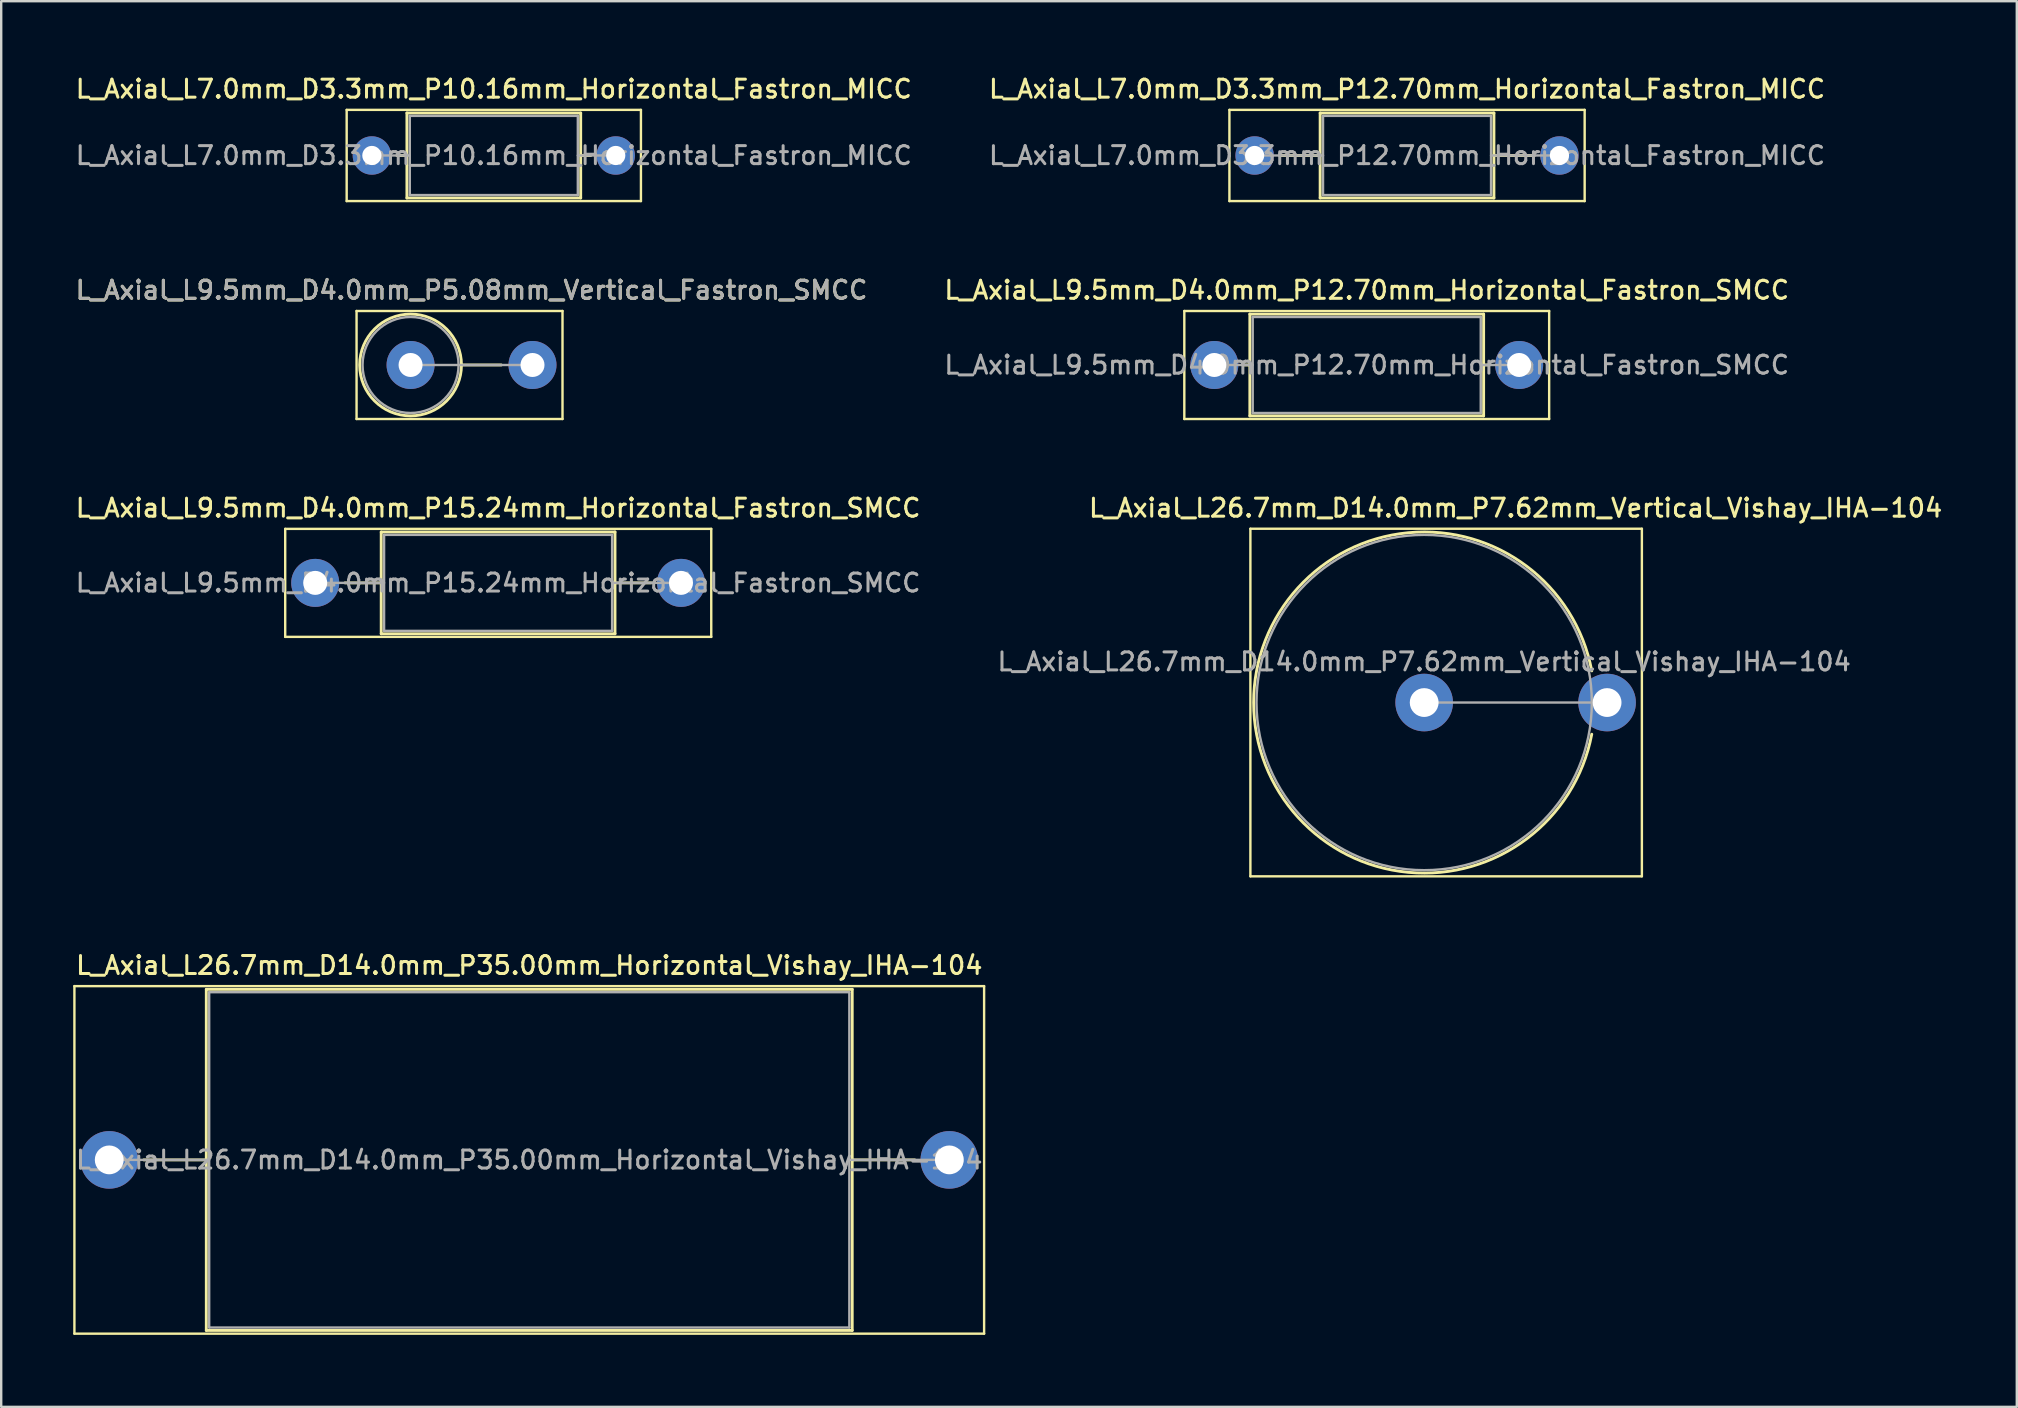
<source format=kicad_pcb>
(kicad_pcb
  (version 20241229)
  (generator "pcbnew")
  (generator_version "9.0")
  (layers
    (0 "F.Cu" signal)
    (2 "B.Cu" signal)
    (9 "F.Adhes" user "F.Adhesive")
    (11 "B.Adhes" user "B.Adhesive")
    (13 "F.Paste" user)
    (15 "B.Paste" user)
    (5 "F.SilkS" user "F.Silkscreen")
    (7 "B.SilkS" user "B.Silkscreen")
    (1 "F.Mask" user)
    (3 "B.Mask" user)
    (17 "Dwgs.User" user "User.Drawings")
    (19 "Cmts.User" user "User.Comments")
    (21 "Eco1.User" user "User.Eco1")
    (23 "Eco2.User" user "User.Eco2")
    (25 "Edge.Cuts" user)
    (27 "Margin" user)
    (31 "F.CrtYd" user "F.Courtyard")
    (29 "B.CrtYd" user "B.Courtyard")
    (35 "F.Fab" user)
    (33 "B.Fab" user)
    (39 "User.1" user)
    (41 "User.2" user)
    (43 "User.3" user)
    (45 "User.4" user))
  (footprint "L_Axial_L26.7mm_D14.0mm_P7.62mm_Vertical_Vishay_IHA-104"
    (layer "F.Cu")
    (at 56.284 26.219)
    (property "Reference" "L_Axial_L26.7mm_D14.0mm_P7.62mm_Vertical_Vishay_IHA-104" (at 3.81 -8.105 0) (layer "F.SilkS") (effects (font (size 0.75 0.75) (thickness 0.125))))
    (attr through_hole)
    (fp_line (start -7.24 -7.24) (end -7.24 7.24) (stroke (width 0.1) (type solid)) (layer "F.SilkS"))
    (fp_line (start -7.24 7.24) (end 9.07 7.24) (stroke (width 0.1) (type solid)) (layer "F.SilkS"))
    (fp_line (start 9.07 -7.24) (end -7.24 -7.24) (stroke (width 0.1) (type solid)) (layer "F.SilkS"))
    (fp_line (start 9.07 7.24) (end 9.07 -7.24) (stroke (width 0.1) (type solid)) (layer "F.SilkS"))
    (fp_arc (start 6.981305 1.32) (mid -7.105 0) (end 6.981305 -1.32) (stroke (width 0.12) (type solid)) (layer "F.SilkS"))
    (fp_line (start 0 0) (end 7.62 0) (stroke (width 0.1) (type solid)) (layer "F.Fab"))
    (fp_circle (center 0 0) (end 6.985 0) (stroke (width 0.1) (type solid)) (fill no) (layer "F.Fab"))
    (fp_text user "${REFERENCE}" (at 0 -1.7 0) (layer "F.Fab") (effects (font (size 0.75 0.75) (thickness 0.125))))
    (pad "1" thru_hole circle (at 0 0) (size 2.4 2.4) (drill 1.2) (layers "*.Cu" "*.Mask"))
    (pad "2" thru_hole oval (at 7.62 0) (size 2.4 2.4) (drill 1.2) (layers "*.Cu" "*.Mask")))
  (footprint "L_Axial_L7.0mm_D3.3mm_P10.16mm_Horizontal_Fastron_MICC"
    (layer "F.Cu")
    (at 12.443 3.428)
    (property "Reference" "L_Axial_L7.0mm_D3.3mm_P10.16mm_Horizontal_Fastron_MICC" (at 5.08 -2.77 0) (layer "F.SilkS") (effects (font (size 0.75 0.75) (thickness 0.125))))
    (attr through_hole)
    (fp_line (start -1.05 -1.9) (end -1.05 1.9) (stroke (width 0.1) (type solid)) (layer "F.SilkS"))
    (fp_line (start -1.05 1.9) (end 11.21 1.9) (stroke (width 0.1) (type solid)) (layer "F.SilkS"))
    (fp_line (start 1.04 0) (end 1.46 0) (stroke (width 0.12) (type solid)) (layer "F.SilkS"))
    (fp_line (start 1.46 -1.77) (end 1.46 1.77) (stroke (width 0.12) (type solid)) (layer "F.SilkS"))
    (fp_line (start 1.46 1.77) (end 8.7 1.77) (stroke (width 0.12) (type solid)) (layer "F.SilkS"))
    (fp_line (start 8.7 -1.77) (end 1.46 -1.77) (stroke (width 0.12) (type solid)) (layer "F.SilkS"))
    (fp_line (start 8.7 1.77) (end 8.7 -1.77) (stroke (width 0.12) (type solid)) (layer "F.SilkS"))
    (fp_line (start 9.12 0) (end 8.7 0) (stroke (width 0.12) (type solid)) (layer "F.SilkS"))
    (fp_line (start 11.21 -1.9) (end -1.05 -1.9) (stroke (width 0.1) (type solid)) (layer "F.SilkS"))
    (fp_line (start 11.21 1.9) (end 11.21 -1.9) (stroke (width 0.1) (type solid)) (layer "F.SilkS"))
    (fp_line (start 0 0) (end 1.58 0) (stroke (width 0.1) (type solid)) (layer "F.Fab"))
    (fp_line (start 1.58 -1.65) (end 1.58 1.65) (stroke (width 0.1) (type solid)) (layer "F.Fab"))
    (fp_line (start 1.58 1.65) (end 8.58 1.65) (stroke (width 0.1) (type solid)) (layer "F.Fab"))
    (fp_line (start 8.58 -1.65) (end 1.58 -1.65) (stroke (width 0.1) (type solid)) (layer "F.Fab"))
    (fp_line (start 8.58 1.65) (end 8.58 -1.65) (stroke (width 0.1) (type solid)) (layer "F.Fab"))
    (fp_line (start 10.16 0) (end 8.58 0) (stroke (width 0.1) (type solid)) (layer "F.Fab"))
    (fp_text user "${REFERENCE}" (at 5.08 0 0) (layer "F.Fab") (effects (font (size 0.75 0.75) (thickness 0.125))))
    (pad "1" thru_hole circle (at 0 0) (size 1.6 1.6) (drill 0.8) (layers "*.Cu" "*.Mask"))
    (pad "2" thru_hole oval (at 10.16 0) (size 1.6 1.6) (drill 0.8) (layers "*.Cu" "*.Mask")))
  (footprint "L_Axial_L9.5mm_D4.0mm_P12.70mm_Horizontal_Fastron_SMCC"
    (layer "F.Cu")
    (at 47.541 12.156)
    (property "Reference" "L_Axial_L9.5mm_D4.0mm_P12.70mm_Horizontal_Fastron_SMCC" (at 6.35 -3.12 0) (layer "F.SilkS") (effects (font (size 0.75 0.75) (thickness 0.125))))
    (attr through_hole)
    (fp_line (start -1.25 -2.25) (end -1.25 2.25) (stroke (width 0.1) (type solid)) (layer "F.SilkS"))
    (fp_line (start -1.25 2.25) (end 13.95 2.25) (stroke (width 0.1) (type solid)) (layer "F.SilkS"))
    (fp_line (start 1.24 0) (end 1.48 0) (stroke (width 0.12) (type solid)) (layer "F.SilkS"))
    (fp_line (start 1.48 -2.12) (end 1.48 2.12) (stroke (width 0.12) (type solid)) (layer "F.SilkS"))
    (fp_line (start 1.48 2.12) (end 11.22 2.12) (stroke (width 0.12) (type solid)) (layer "F.SilkS"))
    (fp_line (start 11.22 -2.12) (end 1.48 -2.12) (stroke (width 0.12) (type solid)) (layer "F.SilkS"))
    (fp_line (start 11.22 2.12) (end 11.22 -2.12) (stroke (width 0.12) (type solid)) (layer "F.SilkS"))
    (fp_line (start 11.46 0) (end 11.22 0) (stroke (width 0.12) (type solid)) (layer "F.SilkS"))
    (fp_line (start 13.95 -2.25) (end -1.25 -2.25) (stroke (width 0.1) (type solid)) (layer "F.SilkS"))
    (fp_line (start 13.95 2.25) (end 13.95 -2.25) (stroke (width 0.1) (type solid)) (layer "F.SilkS"))
    (fp_line (start 0 0) (end 1.6 0) (stroke (width 0.1) (type solid)) (layer "F.Fab"))
    (fp_line (start 1.6 -2) (end 1.6 2) (stroke (width 0.1) (type solid)) (layer "F.Fab"))
    (fp_line (start 1.6 2) (end 11.1 2) (stroke (width 0.1) (type solid)) (layer "F.Fab"))
    (fp_line (start 11.1 -2) (end 1.6 -2) (stroke (width 0.1) (type solid)) (layer "F.Fab"))
    (fp_line (start 11.1 2) (end 11.1 -2) (stroke (width 0.1) (type solid)) (layer "F.Fab"))
    (fp_line (start 12.7 0) (end 11.1 0) (stroke (width 0.1) (type solid)) (layer "F.Fab"))
    (fp_text user "${REFERENCE}" (at 6.35 0 0) (layer "F.Fab") (effects (font (size 0.75 0.75) (thickness 0.125))))
    (pad "1" thru_hole circle (at 0 0) (size 2 2) (drill 1) (layers "*.Cu" "*.Mask"))
    (pad "2" thru_hole oval (at 12.7 0) (size 2 2) (drill 1) (layers "*.Cu" "*.Mask")))
  (footprint "L_Axial_L7.0mm_D3.3mm_P12.70mm_Horizontal_Fastron_MICC"
    (layer "F.Cu")
    (at 49.22 3.428)
    (property "Reference" "L_Axial_L7.0mm_D3.3mm_P12.70mm_Horizontal_Fastron_MICC" (at 6.35 -2.77 0) (layer "F.SilkS") (effects (font (size 0.75 0.75) (thickness 0.125))))
    (attr through_hole)
    (fp_line (start -1.05 -1.9) (end -1.05 1.9) (stroke (width 0.1) (type solid)) (layer "F.SilkS"))
    (fp_line (start -1.05 1.9) (end 13.75 1.9) (stroke (width 0.1) (type solid)) (layer "F.SilkS"))
    (fp_line (start 1.04 0) (end 2.73 0) (stroke (width 0.12) (type solid)) (layer "F.SilkS"))
    (fp_line (start 2.73 -1.77) (end 2.73 1.77) (stroke (width 0.12) (type solid)) (layer "F.SilkS"))
    (fp_line (start 2.73 1.77) (end 9.97 1.77) (stroke (width 0.12) (type solid)) (layer "F.SilkS"))
    (fp_line (start 9.97 -1.77) (end 2.73 -1.77) (stroke (width 0.12) (type solid)) (layer "F.SilkS"))
    (fp_line (start 9.97 1.77) (end 9.97 -1.77) (stroke (width 0.12) (type solid)) (layer "F.SilkS"))
    (fp_line (start 11.66 0) (end 9.97 0) (stroke (width 0.12) (type solid)) (layer "F.SilkS"))
    (fp_line (start 13.75 -1.9) (end -1.05 -1.9) (stroke (width 0.1) (type solid)) (layer "F.SilkS"))
    (fp_line (start 13.75 1.9) (end 13.75 -1.9) (stroke (width 0.1) (type solid)) (layer "F.SilkS"))
    (fp_line (start 0 0) (end 2.85 0) (stroke (width 0.1) (type solid)) (layer "F.Fab"))
    (fp_line (start 2.85 -1.65) (end 2.85 1.65) (stroke (width 0.1) (type solid)) (layer "F.Fab"))
    (fp_line (start 2.85 1.65) (end 9.85 1.65) (stroke (width 0.1) (type solid)) (layer "F.Fab"))
    (fp_line (start 9.85 -1.65) (end 2.85 -1.65) (stroke (width 0.1) (type solid)) (layer "F.Fab"))
    (fp_line (start 9.85 1.65) (end 9.85 -1.65) (stroke (width 0.1) (type solid)) (layer "F.Fab"))
    (fp_line (start 12.7 0) (end 9.85 0) (stroke (width 0.1) (type solid)) (layer "F.Fab"))
    (fp_text user "${REFERENCE}" (at 6.35 0 0) (layer "F.Fab") (effects (font (size 0.75 0.75) (thickness 0.125))))
    (pad "1" thru_hole circle (at 0 0) (size 1.6 1.6) (drill 0.8) (layers "*.Cu" "*.Mask"))
    (pad "2" thru_hole oval (at 12.7 0) (size 1.6 1.6) (drill 0.8) (layers "*.Cu" "*.Mask")))
  (footprint "L_Axial_L9.5mm_D4.0mm_P5.08mm_Vertical_Fastron_SMCC"
    (layer "F.Cu")
    (at 14.055 12.156)
    (property "Reference" "L_Axial_L9.5mm_D4.0mm_P5.08mm_Vertical_Fastron_SMCC" (at 2.54 -3.12 0) (layer "F.SilkS") (effects (font (size 0.75 0.75) (thickness 0.125))))
    (attr through_hole)
    (fp_line (start -2.25 -2.25) (end -2.25 2.25) (stroke (width 0.1) (type solid)) (layer "F.SilkS"))
    (fp_line (start -2.25 2.25) (end 6.33 2.25) (stroke (width 0.1) (type solid)) (layer "F.SilkS"))
    (fp_line (start 2.12 0) (end 3.78 0) (stroke (width 0.12) (type solid)) (layer "F.SilkS"))
    (fp_line (start 6.33 -2.25) (end -2.25 -2.25) (stroke (width 0.1) (type solid)) (layer "F.SilkS"))
    (fp_line (start 6.33 2.25) (end 6.33 -2.25) (stroke (width 0.1) (type solid)) (layer "F.SilkS"))
    (fp_circle (center 0 0) (end 2.12 0) (stroke (width 0.12) (type solid)) (fill no) (layer "F.SilkS"))
    (fp_line (start 0 0) (end 5.08 0) (stroke (width 0.1) (type solid)) (layer "F.Fab"))
    (fp_circle (center 0 0) (end 2 0) (stroke (width 0.1) (type solid)) (fill no) (layer "F.Fab"))
    (fp_text user "${REFERENCE}" (at 2.54 -3.12 0) (layer "F.Fab") (effects (font (size 0.75 0.75) (thickness 0.125))))
    (pad "1" thru_hole circle (at 0 0) (size 2 2) (drill 1) (layers "*.Cu" "*.Mask"))
    (pad "2" thru_hole oval (at 5.08 0) (size 2 2) (drill 1) (layers "*.Cu" "*.Mask")))
  (footprint "L_Axial_L26.7mm_D14.0mm_P35.00mm_Horizontal_Vishay_IHA-104"
    (layer "F.Cu")
    (at 1.5 45.273)
    (property "Reference" "L_Axial_L26.7mm_D14.0mm_P35.00mm_Horizontal_Vishay_IHA-104" (at 17.5 -8.105 0) (layer "F.SilkS") (effects (font (size 0.75 0.75) (thickness 0.125))))
    (attr through_hole)
    (fp_line (start -1.45 -7.24) (end -1.45 7.24) (stroke (width 0.1) (type solid)) (layer "F.SilkS"))
    (fp_line (start -1.45 7.24) (end 36.45 7.24) (stroke (width 0.1) (type solid)) (layer "F.SilkS"))
    (fp_line (start 1.44 0) (end 4.045 0) (stroke (width 0.12) (type solid)) (layer "F.SilkS"))
    (fp_line (start 4.045 -7.105) (end 4.045 7.105) (stroke (width 0.12) (type solid)) (layer "F.SilkS"))
    (fp_line (start 4.045 7.105) (end 30.955 7.105) (stroke (width 0.12) (type solid)) (layer "F.SilkS"))
    (fp_line (start 30.955 -7.105) (end 4.045 -7.105) (stroke (width 0.12) (type solid)) (layer "F.SilkS"))
    (fp_line (start 30.955 7.105) (end 30.955 -7.105) (stroke (width 0.12) (type solid)) (layer "F.SilkS"))
    (fp_line (start 33.56 0) (end 30.955 0) (stroke (width 0.12) (type solid)) (layer "F.SilkS"))
    (fp_line (start 36.45 -7.24) (end -1.45 -7.24) (stroke (width 0.1) (type solid)) (layer "F.SilkS"))
    (fp_line (start 36.45 7.24) (end 36.45 -7.24) (stroke (width 0.1) (type solid)) (layer "F.SilkS"))
    (fp_line (start 0 0) (end 4.165 0) (stroke (width 0.1) (type solid)) (layer "F.Fab"))
    (fp_line (start 4.165 -6.985) (end 4.165 6.985) (stroke (width 0.1) (type solid)) (layer "F.Fab"))
    (fp_line (start 4.165 6.985) (end 30.835 6.985) (stroke (width 0.1) (type solid)) (layer "F.Fab"))
    (fp_line (start 30.835 -6.985) (end 4.165 -6.985) (stroke (width 0.1) (type solid)) (layer "F.Fab"))
    (fp_line (start 30.835 6.985) (end 30.835 -6.985) (stroke (width 0.1) (type solid)) (layer "F.Fab"))
    (fp_line (start 35 0) (end 30.835 0) (stroke (width 0.1) (type solid)) (layer "F.Fab"))
    (fp_text user "${REFERENCE}" (at 17.5 0 0) (layer "F.Fab") (effects (font (size 0.75 0.75) (thickness 0.125))))
    (pad "1" thru_hole circle (at 0 0) (size 2.4 2.4) (drill 1.2) (layers "*.Cu" "*.Mask"))
    (pad "2" thru_hole oval (at 35 0) (size 2.4 2.4) (drill 1.2) (layers "*.Cu" "*.Mask")))
  (footprint "L_Axial_L9.5mm_D4.0mm_P15.24mm_Horizontal_Fastron_SMCC"
    (layer "F.Cu")
    (at 10.082 21.234)
    (property "Reference" "L_Axial_L9.5mm_D4.0mm_P15.24mm_Horizontal_Fastron_SMCC" (at 7.62 -3.12 0) (layer "F.SilkS") (effects (font (size 0.75 0.75) (thickness 0.125))))
    (attr through_hole)
    (fp_line (start -1.25 -2.25) (end -1.25 2.25) (stroke (width 0.1) (type solid)) (layer "F.SilkS"))
    (fp_line (start -1.25 2.25) (end 16.5 2.25) (stroke (width 0.1) (type solid)) (layer "F.SilkS"))
    (fp_line (start 1.24 0) (end 2.75 0) (stroke (width 0.12) (type solid)) (layer "F.SilkS"))
    (fp_line (start 2.75 -2.12) (end 2.75 2.12) (stroke (width 0.12) (type solid)) (layer "F.SilkS"))
    (fp_line (start 2.75 2.12) (end 12.49 2.12) (stroke (width 0.12) (type solid)) (layer "F.SilkS"))
    (fp_line (start 12.49 -2.12) (end 2.75 -2.12) (stroke (width 0.12) (type solid)) (layer "F.SilkS"))
    (fp_line (start 12.49 2.12) (end 12.49 -2.12) (stroke (width 0.12) (type solid)) (layer "F.SilkS"))
    (fp_line (start 14 0) (end 12.49 0) (stroke (width 0.12) (type solid)) (layer "F.SilkS"))
    (fp_line (start 16.5 -2.25) (end -1.25 -2.25) (stroke (width 0.1) (type solid)) (layer "F.SilkS"))
    (fp_line (start 16.5 2.25) (end 16.5 -2.25) (stroke (width 0.1) (type solid)) (layer "F.SilkS"))
    (fp_line (start 0 0) (end 2.87 0) (stroke (width 0.1) (type solid)) (layer "F.Fab"))
    (fp_line (start 2.87 -2) (end 2.87 2) (stroke (width 0.1) (type solid)) (layer "F.Fab"))
    (fp_line (start 2.87 2) (end 12.37 2) (stroke (width 0.1) (type solid)) (layer "F.Fab"))
    (fp_line (start 12.37 -2) (end 2.87 -2) (stroke (width 0.1) (type solid)) (layer "F.Fab"))
    (fp_line (start 12.37 2) (end 12.37 -2) (stroke (width 0.1) (type solid)) (layer "F.Fab"))
    (fp_line (start 15.24 0) (end 12.37 0) (stroke (width 0.1) (type solid)) (layer "F.Fab"))
    (fp_text user "${REFERENCE}" (at 7.62 0 0) (layer "F.Fab") (effects (font (size 0.75 0.75) (thickness 0.125))))
    (pad "1" thru_hole circle (at 0 0) (size 2 2) (drill 1) (layers "*.Cu" "*.Mask"))
    (pad "2" thru_hole oval (at 15.24 0) (size 2 2) (drill 1) (layers "*.Cu" "*.Mask")))
  (gr_rect
    (start -3 -3)
    (end 80.974 55.562)
    (stroke (width 0.1) (type default))
    (fill no)
    (layer "Edge.Cuts")))
</source>
